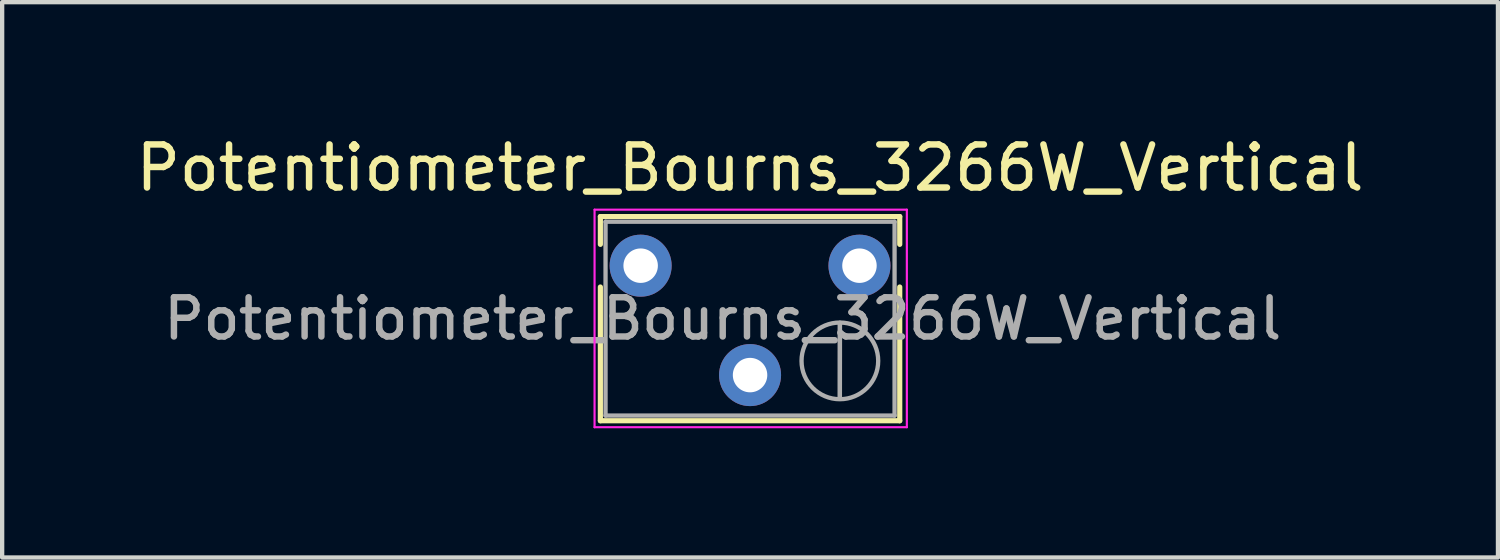
<source format=kicad_pcb>
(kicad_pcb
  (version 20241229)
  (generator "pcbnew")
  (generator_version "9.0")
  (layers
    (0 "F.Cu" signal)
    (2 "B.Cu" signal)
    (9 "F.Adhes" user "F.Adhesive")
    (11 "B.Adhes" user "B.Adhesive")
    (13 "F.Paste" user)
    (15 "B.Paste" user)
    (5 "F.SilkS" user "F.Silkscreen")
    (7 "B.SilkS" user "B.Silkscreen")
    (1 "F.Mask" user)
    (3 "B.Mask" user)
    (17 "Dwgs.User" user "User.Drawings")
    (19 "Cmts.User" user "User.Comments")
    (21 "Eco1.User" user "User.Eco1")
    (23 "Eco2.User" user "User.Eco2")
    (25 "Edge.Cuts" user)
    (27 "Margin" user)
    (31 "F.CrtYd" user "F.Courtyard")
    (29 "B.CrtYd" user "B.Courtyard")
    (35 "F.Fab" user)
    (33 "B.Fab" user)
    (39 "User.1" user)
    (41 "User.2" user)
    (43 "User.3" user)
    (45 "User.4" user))
  (footprint "Potentiometer_Bourns_3266W_Vertical"
    (layer "F.Cu")
    (at 16.903 3.118)
    (property "Reference" "Potentiometer_Bourns_3266W_Vertical" (at -2.54 -2.27 180) (layer "F.SilkS") (effects (font (size 1 1) (thickness 0.15))))
    (attr through_hole)
    (fp_line (start -6.015 -1.14) (end -6.015 -0.495) (stroke (width 0.12) (type solid)) (layer "F.SilkS"))
    (fp_line (start -6.015 -1.14) (end 0.935 -1.14) (stroke (width 0.12) (type solid)) (layer "F.SilkS"))
    (fp_line (start -6.015 0.495) (end -6.015 3.6) (stroke (width 0.12) (type solid)) (layer "F.SilkS"))
    (fp_line (start -6.015 3.6) (end 0.935 3.6) (stroke (width 0.12) (type solid)) (layer "F.SilkS"))
    (fp_line (start 0.935 -1.14) (end 0.935 -0.495) (stroke (width 0.12) (type solid)) (layer "F.SilkS"))
    (fp_line (start 0.935 0.495) (end 0.935 3.6) (stroke (width 0.12) (type solid)) (layer "F.SilkS"))
    (fp_line (start -6.15 -1.3) (end -6.15 3.75) (stroke (width 0.05) (type solid)) (layer "F.CrtYd"))
    (fp_line (start -6.15 3.75) (end 1.1 3.75) (stroke (width 0.05) (type solid)) (layer "F.CrtYd"))
    (fp_line (start 1.1 -1.3) (end -6.15 -1.3) (stroke (width 0.05) (type solid)) (layer "F.CrtYd"))
    (fp_line (start 1.1 3.75) (end 1.1 -1.3) (stroke (width 0.05) (type solid)) (layer "F.CrtYd"))
    (fp_line (start -5.895 -1.02) (end -5.895 3.48) (stroke (width 0.1) (type solid)) (layer "F.Fab"))
    (fp_line (start -5.895 3.48) (end 0.815 3.48) (stroke (width 0.1) (type solid)) (layer "F.Fab"))
    (fp_line (start -0.455 3.092) (end -0.454 1.329) (stroke (width 0.1) (type solid)) (layer "F.Fab"))
    (fp_line (start -0.455 3.092) (end -0.454 1.329) (stroke (width 0.1) (type solid)) (layer "F.Fab"))
    (fp_line (start 0.815 -1.02) (end -5.895 -1.02) (stroke (width 0.1) (type solid)) (layer "F.Fab"))
    (fp_line (start 0.815 3.48) (end 0.815 -1.02) (stroke (width 0.1) (type solid)) (layer "F.Fab"))
    (fp_circle (center -0.455 2.21) (end 0.435 2.21) (stroke (width 0.1) (type solid)) (fill no) (layer "F.Fab"))
    (fp_text user "${REFERENCE}" (at -3.175 1.23 180) (layer "F.Fab") (effects (font (size 0.91 0.91) (thickness 0.15))))
    (pad "1" thru_hole circle (at 0 0) (size 1.44 1.44) (drill 0.8) (layers "*.Cu" "*.Mask"))
    (pad "2" thru_hole circle (at -2.54 2.54) (size 1.44 1.44) (drill 0.8) (layers "*.Cu" "*.Mask"))
    (pad "3" thru_hole circle (at -5.08 0) (size 1.44 1.44) (drill 0.8) (layers "*.Cu" "*.Mask")))
  (gr_rect
    (start -3 -3)
    (end 31.726 9.893)
    (stroke (width 0.1) (type default))
    (fill no)
    (layer "Edge.Cuts")))
</source>
